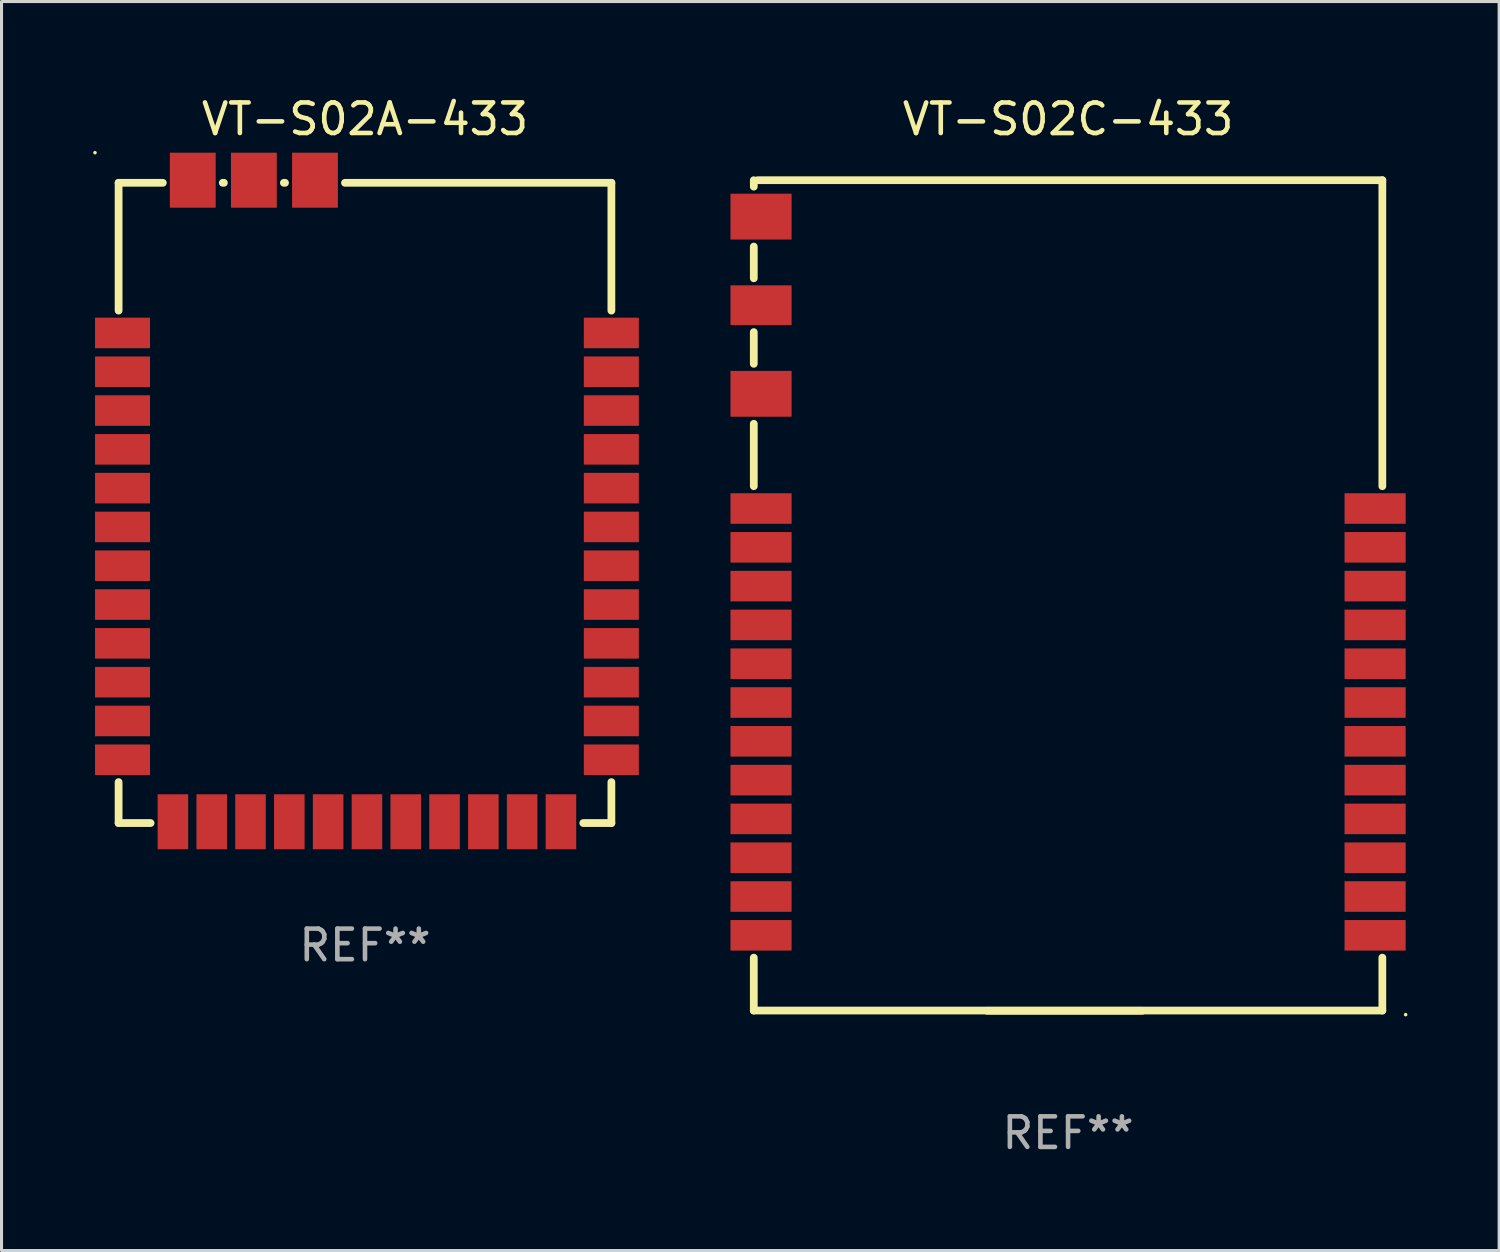
<source format=kicad_pcb>
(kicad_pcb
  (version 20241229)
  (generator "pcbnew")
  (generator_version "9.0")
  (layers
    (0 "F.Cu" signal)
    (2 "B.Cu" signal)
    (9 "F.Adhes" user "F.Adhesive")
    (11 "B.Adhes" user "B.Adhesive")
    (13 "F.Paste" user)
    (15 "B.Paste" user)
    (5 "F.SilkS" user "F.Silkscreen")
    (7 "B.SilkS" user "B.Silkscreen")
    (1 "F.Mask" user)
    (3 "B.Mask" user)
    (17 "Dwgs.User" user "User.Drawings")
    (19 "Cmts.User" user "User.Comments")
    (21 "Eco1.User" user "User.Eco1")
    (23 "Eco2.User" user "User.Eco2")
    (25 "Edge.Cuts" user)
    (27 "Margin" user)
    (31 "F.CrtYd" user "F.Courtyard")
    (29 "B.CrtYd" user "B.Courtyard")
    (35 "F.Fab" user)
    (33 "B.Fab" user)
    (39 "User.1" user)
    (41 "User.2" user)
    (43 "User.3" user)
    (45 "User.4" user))
  (footprint "VT-S02C-433"
    (layer "F.Cu")
    (at 31.91 16.442)
    (property "Reference" "VT-S02C-433" (at 0 -15.593 0) (layer "F.SilkS") (effects (font (size 1 1) (thickness 0.15))))
    (attr through_hole)
    (fp_line (start -10.287 -13.383) (end -10.287 -13.593) (stroke (width 0.254) (type solid)) (layer "F.SilkS"))
    (fp_line (start -10.287 -10.383) (end -10.287 -11.421) (stroke (width 0.254) (type solid)) (layer "F.SilkS"))
    (fp_line (start -10.287 -7.583) (end -10.287 -8.621) (stroke (width 0.254) (type solid)) (layer "F.SilkS"))
    (fp_line (start -10.287 -3.578) (end -10.287 -5.621) (stroke (width 0.254) (type solid)) (layer "F.SilkS"))
    (fp_line (start -10.287 13.585) (end -10.287 11.854) (stroke (width 0.254) (type solid)) (layer "F.SilkS"))
    (fp_line (start -10.16 -13.593) (end 10.287 -13.593) (stroke (width 0.254) (type solid)) (layer "F.SilkS"))
    (fp_line (start -2.65 13.593) (end 2.43 13.593) (stroke (width 0.254) (type solid)) (layer "F.SilkS"))
    (fp_line (start 10.287 -13.593) (end 10.287 -3.578) (stroke (width 0.254) (type solid)) (layer "F.SilkS"))
    (fp_line (start 10.287 11.854) (end 10.287 13.585) (stroke (width 0.254) (type solid)) (layer "F.SilkS"))
    (fp_line (start 10.287 13.585) (end -10.287 13.585) (stroke (width 0.254) (type solid)) (layer "F.SilkS"))
    (fp_circle (center 11.05 13.72) (end 11.08 13.72) (stroke (width 0.06) (type solid)) (fill no) (layer "F.SilkS"))
    (fp_text user "REF**" (at 0 17.593 0) (layer "F.Fab") (effects (font (size 1 1) (thickness 0.15))))
    (pad "1" smd rect (at 10.05 11.123) (size 2 1) (layers "F.Cu" "F.Mask" "F.Paste"))
    (pad "2" smd rect (at 10.05 9.853) (size 2 1) (layers "F.Cu" "F.Mask" "F.Paste"))
    (pad "3" smd rect (at 10.05 8.583) (size 2 1) (layers "F.Cu" "F.Mask" "F.Paste"))
    (pad "4" smd rect (at 10.05 7.313) (size 2 1) (layers "F.Cu" "F.Mask" "F.Paste"))
    (pad "5" smd rect (at 10.05 6.043) (size 2 1) (layers "F.Cu" "F.Mask" "F.Paste"))
    (pad "6" smd rect (at 10.05 4.773) (size 2 1) (layers "F.Cu" "F.Mask" "F.Paste"))
    (pad "7" smd rect (at 10.05 3.503) (size 2 1) (layers "F.Cu" "F.Mask" "F.Paste"))
    (pad "8" smd rect (at 10.05 2.233) (size 2 1) (layers "F.Cu" "F.Mask" "F.Paste"))
    (pad "9" smd rect (at 10.05 0.963) (size 2 1) (layers "F.Cu" "F.Mask" "F.Paste"))
    (pad "10" smd rect (at 10.05 -0.307) (size 2 1) (layers "F.Cu" "F.Mask" "F.Paste"))
    (pad "11" smd rect (at 10.05 -1.577) (size 2 1) (layers "F.Cu" "F.Mask" "F.Paste"))
    (pad "12" smd rect (at 10.05 -2.847) (size 2 1) (layers "F.Cu" "F.Mask" "F.Paste"))
    (pad "13" smd rect (at -10.05 11.123) (size 2 1) (layers "F.Cu" "F.Mask" "F.Paste"))
    (pad "14" smd rect (at -10.05 9.853) (size 2 1) (layers "F.Cu" "F.Mask" "F.Paste"))
    (pad "15" smd rect (at -10.05 8.583) (size 2 1) (layers "F.Cu" "F.Mask" "F.Paste"))
    (pad "16" smd rect (at -10.05 7.313) (size 2 1) (layers "F.Cu" "F.Mask" "F.Paste"))
    (pad "17" smd rect (at -10.05 6.043) (size 2 1) (layers "F.Cu" "F.Mask" "F.Paste"))
    (pad "18" smd rect (at -10.05 4.773) (size 2 1) (layers "F.Cu" "F.Mask" "F.Paste"))
    (pad "19" smd rect (at -10.05 3.503) (size 2 1) (layers "F.Cu" "F.Mask" "F.Paste"))
    (pad "20" smd rect (at -10.05 2.233) (size 2 1) (layers "F.Cu" "F.Mask" "F.Paste"))
    (pad "21" smd rect (at -10.05 0.963) (size 2 1) (layers "F.Cu" "F.Mask" "F.Paste"))
    (pad "22" smd rect (at -10.05 -0.307) (size 2 1) (layers "F.Cu" "F.Mask" "F.Paste"))
    (pad "23" smd rect (at -10.05 -1.577) (size 2 1) (layers "F.Cu" "F.Mask" "F.Paste"))
    (pad "24" smd rect (at -10.05 -2.847) (size 2 1) (layers "F.Cu" "F.Mask" "F.Paste"))
    (pad "25" smd rect (at -10.05 -6.602) (size 2 1.5) (layers "F.Cu" "F.Mask" "F.Paste"))
    (pad "26" smd rect (at -10.05 -9.502) (size 2 1.3) (layers "F.Cu" "F.Mask" "F.Paste"))
    (pad "27" smd rect (at -10.05 -12.402) (size 2 1.5) (layers "F.Cu" "F.Mask" "F.Paste")))
  (footprint "VT-S02A-433"
    (layer "F.Cu")
    (at 8.897 13.369)
    (property "Reference" "VT-S02A-433" (at 0 -12.521 0) (layer "F.SilkS") (effects (font (size 1 1) (thickness 0.15))))
    (attr through_hole)
    (fp_line (start -8.065 -10.435) (end -8.065 -6.252) (stroke (width 0.254) (type solid)) (layer "F.SilkS"))
    (fp_line (start -8.065 9.181) (end -8.065 10.521) (stroke (width 0.254) (type solid)) (layer "F.SilkS"))
    (fp_line (start -8.065 10.521) (end -7.018 10.521) (stroke (width 0.254) (type solid)) (layer "F.SilkS"))
    (fp_line (start -6.618 -10.435) (end -8.065 -10.435) (stroke (width 0.254) (type solid)) (layer "F.SilkS"))
    (fp_line (start -4.618 -10.435) (end -4.655 -10.435) (stroke (width 0.254) (type solid)) (layer "F.SilkS"))
    (fp_line (start -2.618 -10.435) (end -2.655 -10.435) (stroke (width 0.254) (type solid)) (layer "F.SilkS"))
    (fp_line (start 7.145 10.521) (end 8.065 10.521) (stroke (width 0.254) (type solid)) (layer "F.SilkS"))
    (fp_line (start 8.065 -10.435) (end -0.655 -10.435) (stroke (width 0.254) (type solid)) (layer "F.SilkS"))
    (fp_line (start 8.065 -6.252) (end 8.065 -10.435) (stroke (width 0.254) (type solid)) (layer "F.SilkS"))
    (fp_line (start 8.065 10.521) (end 8.065 9.181) (stroke (width 0.254) (type solid)) (layer "F.SilkS"))
    (fp_circle (center -8.837 -11.421) (end -8.807 -11.421) (stroke (width 0.06) (type solid)) (fill no) (layer "F.SilkS"))
    (fp_text user "REF**" (at 0 14.521 0) (layer "F.Fab") (effects (font (size 1 1) (thickness 0.15))))
    (pad "1" smd rect (at -7.936 -5.521) (size 1.8 1) (layers "F.Cu" "F.Mask" "F.Paste"))
    (pad "2" smd rect (at -7.936 -4.251) (size 1.8 1) (layers "F.Cu" "F.Mask" "F.Paste"))
    (pad "3" smd rect (at -7.936 -2.981) (size 1.8 1) (layers "F.Cu" "F.Mask" "F.Paste"))
    (pad "4" smd rect (at -7.936 -1.711) (size 1.8 1) (layers "F.Cu" "F.Mask" "F.Paste"))
    (pad "5" smd rect (at -7.936 -0.441) (size 1.8 1) (layers "F.Cu" "F.Mask" "F.Paste"))
    (pad "6" smd rect (at -7.936 0.829) (size 1.8 1) (layers "F.Cu" "F.Mask" "F.Paste"))
    (pad "7" smd rect (at -7.936 2.099) (size 1.8 1) (layers "F.Cu" "F.Mask" "F.Paste"))
    (pad "8" smd rect (at -7.936 3.369) (size 1.8 1) (layers "F.Cu" "F.Mask" "F.Paste"))
    (pad "9" smd rect (at -7.936 4.639) (size 1.8 1) (layers "F.Cu" "F.Mask" "F.Paste"))
    (pad "10" smd rect (at -7.936 5.91) (size 1.8 1) (layers "F.Cu" "F.Mask" "F.Paste"))
    (pad "11" smd rect (at -7.936 7.18) (size 1.8 1) (layers "F.Cu" "F.Mask" "F.Paste"))
    (pad "12" smd rect (at -7.936 8.45) (size 1.8 1) (layers "F.Cu" "F.Mask" "F.Paste"))
    (pad "13" smd rect (at -6.287 10.479 90) (size 1.8 1) (layers "F.Cu" "F.Mask" "F.Paste"))
    (pad "14" smd rect (at -5.017 10.479 90) (size 1.8 1) (layers "F.Cu" "F.Mask" "F.Paste"))
    (pad "15" smd rect (at -3.747 10.479 90) (size 1.8 1) (layers "F.Cu" "F.Mask" "F.Paste"))
    (pad "16" smd rect (at -2.477 10.479 90) (size 1.8 1) (layers "F.Cu" "F.Mask" "F.Paste"))
    (pad "17" smd rect (at -1.207 10.479 90) (size 1.8 1) (layers "F.Cu" "F.Mask" "F.Paste"))
    (pad "18" smd rect (at 0.064 10.479 90) (size 1.8 1) (layers "F.Cu" "F.Mask" "F.Paste"))
    (pad "19" smd rect (at 1.334 10.479 90) (size 1.8 1) (layers "F.Cu" "F.Mask" "F.Paste"))
    (pad "20" smd rect (at 2.604 10.479 90) (size 1.8 1) (layers "F.Cu" "F.Mask" "F.Paste"))
    (pad "21" smd rect (at 3.874 10.479 90) (size 1.8 1) (layers "F.Cu" "F.Mask" "F.Paste"))
    (pad "22" smd rect (at 5.144 10.479 90) (size 1.8 1) (layers "F.Cu" "F.Mask" "F.Paste"))
    (pad "23" smd rect (at 6.414 10.479 90) (size 1.8 1) (layers "F.Cu" "F.Mask" "F.Paste"))
    (pad "24" smd rect (at 8.063 8.45 180) (size 1.8 1) (layers "F.Cu" "F.Mask" "F.Paste"))
    (pad "25" smd rect (at 8.063 7.18 180) (size 1.8 1) (layers "F.Cu" "F.Mask" "F.Paste"))
    (pad "26" smd rect (at 8.063 5.91 180) (size 1.8 1) (layers "F.Cu" "F.Mask" "F.Paste"))
    (pad "27" smd rect (at 8.063 4.639 180) (size 1.8 1) (layers "F.Cu" "F.Mask" "F.Paste"))
    (pad "28" smd rect (at 8.063 3.369 180) (size 1.8 1) (layers "F.Cu" "F.Mask" "F.Paste"))
    (pad "29" smd rect (at 8.063 2.099 180) (size 1.8 1) (layers "F.Cu" "F.Mask" "F.Paste"))
    (pad "30" smd rect (at 8.063 0.829 180) (size 1.8 1) (layers "F.Cu" "F.Mask" "F.Paste"))
    (pad "31" smd rect (at 8.063 -0.441 180) (size 1.8 1) (layers "F.Cu" "F.Mask" "F.Paste"))
    (pad "32" smd rect (at 8.063 -1.711 180) (size 1.8 1) (layers "F.Cu" "F.Mask" "F.Paste"))
    (pad "33" smd rect (at 8.063 -2.981 180) (size 1.8 1) (layers "F.Cu" "F.Mask" "F.Paste"))
    (pad "34" smd rect (at 8.063 -4.251 180) (size 1.8 1) (layers "F.Cu" "F.Mask" "F.Paste"))
    (pad "35" smd rect (at 8.063 -5.521 180) (size 1.8 1) (layers "F.Cu" "F.Mask" "F.Paste"))
    (pad "36" smd rect (at -1.637 -10.521 270) (size 1.8 1.5) (layers "F.Cu" "F.Mask" "F.Paste"))
    (pad "37" smd rect (at -3.637 -10.521 270) (size 1.8 1.5) (layers "F.Cu" "F.Mask" "F.Paste"))
    (pad "38" smd rect (at -5.637 -10.521 270) (size 1.8 1.5) (layers "F.Cu" "F.Mask" "F.Paste")))
  (gr_rect
    (start -3 -3)
    (end 46.02 37.883)
    (stroke (width 0.1) (type default))
    (fill no)
    (layer "Edge.Cuts")))
</source>
